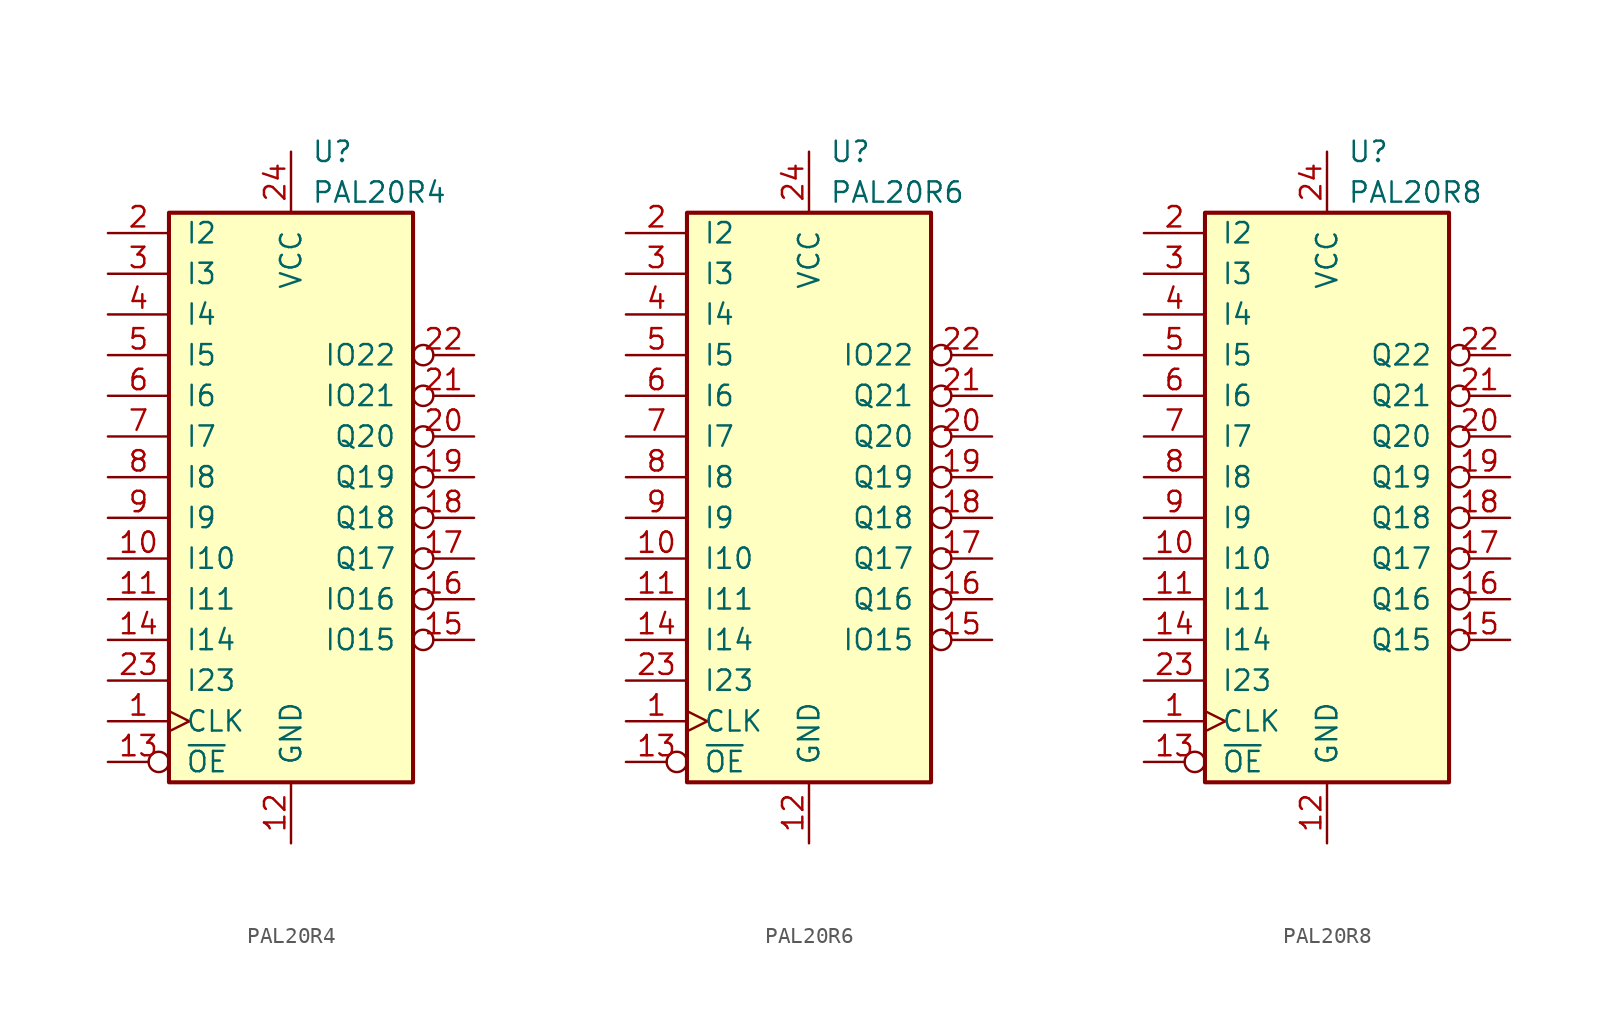
<source format=kicad_sym>
(kicad_symbol_lib
  (version 20220914)
  (generator kicad_symbol_editor)
  (symbol "PAL20R4"
    (pin_names
      (offset 1.016))
    (property "Reference" "U"
      (at 1.27 21.59 0)
      (do_not_autoplace)
      (effects (font (size 1.27 1.27)) (justify left)))
    (property "Value" "PAL20R4"
      (at 1.27 19.05 0)
      (do_not_autoplace)
      (effects (font (size 1.27 1.27)) (justify left)))
    (symbol "PAL20R4_0_0"
      (pin power_in line (at 0 -21.59 90) (length 3.81) (name "GND" (effects (font (size 1.27 1.27)))) (number "12" (effects (font (size 1.27 1.27)))))
      (pin power_in line (at 0 21.59 270) (length 3.81) (name "VCC" (effects (font (size 1.27 1.27)))) (number "24" (effects (font (size 1.27 1.27))))))
    (symbol "PAL20R4_0_1"
      (rectangle (start -7.62 17.78) (end 7.62 -17.78) (stroke (width 0.254) (type default)) (fill (type background))))
    (symbol "PAL20R4_1_1"
      (pin input clock (at -11.43 -13.97 0) (length 3.81) (name "CLK" (effects (font (size 1.27 1.27)))) (number "1" (effects (font (size 1.27 1.27)))))
      (pin input line (at -11.43 -3.81 0) (length 3.81) (name "I10" (effects (font (size 1.27 1.27)))) (number "10" (effects (font (size 1.27 1.27)))))
      (pin input line (at -11.43 -6.35 0) (length 3.81) (name "I11" (effects (font (size 1.27 1.27)))) (number "11" (effects (font (size 1.27 1.27)))))
      (pin input inverted (at -11.43 -16.51 0) (length 3.81) (name "~{OE}" (effects (font (size 1.27 1.27)))) (number "13" (effects (font (size 1.27 1.27)))))
      (pin input line (at -11.43 -8.89 0) (length 3.81) (name "I14" (effects (font (size 1.27 1.27)))) (number "14" (effects (font (size 1.27 1.27)))))
      (pin tri_state inverted (at 11.43 -8.89 180) (length 3.81) (name "IO15" (effects (font (size 1.27 1.27)))) (number "15" (effects (font (size 1.27 1.27)))))
      (pin tri_state inverted (at 11.43 -6.35 180) (length 3.81) (name "IO16" (effects (font (size 1.27 1.27)))) (number "16" (effects (font (size 1.27 1.27)))))
      (pin output inverted (at 11.43 -3.81 180) (length 3.81) (name "Q17" (effects (font (size 1.27 1.27)))) (number "17" (effects (font (size 1.27 1.27)))))
      (pin output inverted (at 11.43 -1.27 180) (length 3.81) (name "Q18" (effects (font (size 1.27 1.27)))) (number "18" (effects (font (size 1.27 1.27)))))
      (pin output inverted (at 11.43 1.27 180) (length 3.81) (name "Q19" (effects (font (size 1.27 1.27)))) (number "19" (effects (font (size 1.27 1.27)))))
      (pin input line (at -11.43 16.51 0) (length 3.81) (name "I2" (effects (font (size 1.27 1.27)))) (number "2" (effects (font (size 1.27 1.27)))))
      (pin output inverted (at 11.43 3.81 180) (length 3.81) (name "Q20" (effects (font (size 1.27 1.27)))) (number "20" (effects (font (size 1.27 1.27)))))
      (pin tri_state inverted (at 11.43 6.35 180) (length 3.81) (name "IO21" (effects (font (size 1.27 1.27)))) (number "21" (effects (font (size 1.27 1.27)))))
      (pin tri_state inverted (at 11.43 8.89 180) (length 3.81) (name "IO22" (effects (font (size 1.27 1.27)))) (number "22" (effects (font (size 1.27 1.27)))))
      (pin input line (at -11.43 -11.43 0) (length 3.81) (name "I23" (effects (font (size 1.27 1.27)))) (number "23" (effects (font (size 1.27 1.27)))))
      (pin input line (at -11.43 13.97 0) (length 3.81) (name "I3" (effects (font (size 1.27 1.27)))) (number "3" (effects (font (size 1.27 1.27)))))
      (pin input line (at -11.43 11.43 0) (length 3.81) (name "I4" (effects (font (size 1.27 1.27)))) (number "4" (effects (font (size 1.27 1.27)))))
      (pin input line (at -11.43 8.89 0) (length 3.81) (name "I5" (effects (font (size 1.27 1.27)))) (number "5" (effects (font (size 1.27 1.27)))))
      (pin input line (at -11.43 6.35 0) (length 3.81) (name "I6" (effects (font (size 1.27 1.27)))) (number "6" (effects (font (size 1.27 1.27)))))
      (pin input line (at -11.43 3.81 0) (length 3.81) (name "I7" (effects (font (size 1.27 1.27)))) (number "7" (effects (font (size 1.27 1.27)))))
      (pin input line (at -11.43 1.27 0) (length 3.81) (name "I8" (effects (font (size 1.27 1.27)))) (number "8" (effects (font (size 1.27 1.27)))))
      (pin input line (at -11.43 -1.27 0) (length 3.81) (name "I9" (effects (font (size 1.27 1.27)))) (number "9" (effects (font (size 1.27 1.27)))))))
  (symbol "PAL20R6"
    (pin_names
      (offset 1.016))
    (property "Reference" "U"
      (at 1.27 21.59 0)
      (do_not_autoplace)
      (effects (font (size 1.27 1.27)) (justify left)))
    (property "Value" "PAL20R6"
      (at 1.27 19.05 0)
      (do_not_autoplace)
      (effects (font (size 1.27 1.27)) (justify left)))
    (symbol "PAL20R6_0_0"
      (pin power_in line (at 0 -21.59 90) (length 3.81) (name "GND" (effects (font (size 1.27 1.27)))) (number "12" (effects (font (size 1.27 1.27)))))
      (pin power_in line (at 0 21.59 270) (length 3.81) (name "VCC" (effects (font (size 1.27 1.27)))) (number "24" (effects (font (size 1.27 1.27))))))
    (symbol "PAL20R6_0_1"
      (rectangle (start -7.62 17.78) (end 7.62 -17.78) (stroke (width 0.254) (type default)) (fill (type background))))
    (symbol "PAL20R6_1_1"
      (pin input clock (at -11.43 -13.97 0) (length 3.81) (name "CLK" (effects (font (size 1.27 1.27)))) (number "1" (effects (font (size 1.27 1.27)))))
      (pin input line (at -11.43 -3.81 0) (length 3.81) (name "I10" (effects (font (size 1.27 1.27)))) (number "10" (effects (font (size 1.27 1.27)))))
      (pin input line (at -11.43 -6.35 0) (length 3.81) (name "I11" (effects (font (size 1.27 1.27)))) (number "11" (effects (font (size 1.27 1.27)))))
      (pin input inverted (at -11.43 -16.51 0) (length 3.81) (name "~{OE}" (effects (font (size 1.27 1.27)))) (number "13" (effects (font (size 1.27 1.27)))))
      (pin input line (at -11.43 -8.89 0) (length 3.81) (name "I14" (effects (font (size 1.27 1.27)))) (number "14" (effects (font (size 1.27 1.27)))))
      (pin tri_state inverted (at 11.43 -8.89 180) (length 3.81) (name "IO15" (effects (font (size 1.27 1.27)))) (number "15" (effects (font (size 1.27 1.27)))))
      (pin output inverted (at 11.43 -6.35 180) (length 3.81) (name "Q16" (effects (font (size 1.27 1.27)))) (number "16" (effects (font (size 1.27 1.27)))))
      (pin output inverted (at 11.43 -3.81 180) (length 3.81) (name "Q17" (effects (font (size 1.27 1.27)))) (number "17" (effects (font (size 1.27 1.27)))))
      (pin output inverted (at 11.43 -1.27 180) (length 3.81) (name "Q18" (effects (font (size 1.27 1.27)))) (number "18" (effects (font (size 1.27 1.27)))))
      (pin output inverted (at 11.43 1.27 180) (length 3.81) (name "Q19" (effects (font (size 1.27 1.27)))) (number "19" (effects (font (size 1.27 1.27)))))
      (pin input line (at -11.43 16.51 0) (length 3.81) (name "I2" (effects (font (size 1.27 1.27)))) (number "2" (effects (font (size 1.27 1.27)))))
      (pin output inverted (at 11.43 3.81 180) (length 3.81) (name "Q20" (effects (font (size 1.27 1.27)))) (number "20" (effects (font (size 1.27 1.27)))))
      (pin output inverted (at 11.43 6.35 180) (length 3.81) (name "Q21" (effects (font (size 1.27 1.27)))) (number "21" (effects (font (size 1.27 1.27)))))
      (pin tri_state inverted (at 11.43 8.89 180) (length 3.81) (name "IO22" (effects (font (size 1.27 1.27)))) (number "22" (effects (font (size 1.27 1.27)))))
      (pin input line (at -11.43 -11.43 0) (length 3.81) (name "I23" (effects (font (size 1.27 1.27)))) (number "23" (effects (font (size 1.27 1.27)))))
      (pin input line (at -11.43 13.97 0) (length 3.81) (name "I3" (effects (font (size 1.27 1.27)))) (number "3" (effects (font (size 1.27 1.27)))))
      (pin input line (at -11.43 11.43 0) (length 3.81) (name "I4" (effects (font (size 1.27 1.27)))) (number "4" (effects (font (size 1.27 1.27)))))
      (pin input line (at -11.43 8.89 0) (length 3.81) (name "I5" (effects (font (size 1.27 1.27)))) (number "5" (effects (font (size 1.27 1.27)))))
      (pin input line (at -11.43 6.35 0) (length 3.81) (name "I6" (effects (font (size 1.27 1.27)))) (number "6" (effects (font (size 1.27 1.27)))))
      (pin input line (at -11.43 3.81 0) (length 3.81) (name "I7" (effects (font (size 1.27 1.27)))) (number "7" (effects (font (size 1.27 1.27)))))
      (pin input line (at -11.43 1.27 0) (length 3.81) (name "I8" (effects (font (size 1.27 1.27)))) (number "8" (effects (font (size 1.27 1.27)))))
      (pin input line (at -11.43 -1.27 0) (length 3.81) (name "I9" (effects (font (size 1.27 1.27)))) (number "9" (effects (font (size 1.27 1.27)))))))
  (symbol "PAL20R8"
    (pin_names
      (offset 1.016))
    (property "Reference" "U"
      (at 1.27 21.59 0)
      (do_not_autoplace)
      (effects (font (size 1.27 1.27)) (justify left)))
    (property "Value" "PAL20R8"
      (at 1.27 19.05 0)
      (do_not_autoplace)
      (effects (font (size 1.27 1.27)) (justify left)))
    (symbol "PAL20R8_0_0"
      (pin power_in line (at 0 -21.59 90) (length 3.81) (name "GND" (effects (font (size 1.27 1.27)))) (number "12" (effects (font (size 1.27 1.27)))))
      (pin power_in line (at 0 21.59 270) (length 3.81) (name "VCC" (effects (font (size 1.27 1.27)))) (number "24" (effects (font (size 1.27 1.27))))))
    (symbol "PAL20R8_0_1"
      (rectangle (start -7.62 17.78) (end 7.62 -17.78) (stroke (width 0.254) (type default)) (fill (type background))))
    (symbol "PAL20R8_1_1"
      (pin input clock (at -11.43 -13.97 0) (length 3.81) (name "CLK" (effects (font (size 1.27 1.27)))) (number "1" (effects (font (size 1.27 1.27)))))
      (pin input line (at -11.43 -3.81 0) (length 3.81) (name "I10" (effects (font (size 1.27 1.27)))) (number "10" (effects (font (size 1.27 1.27)))))
      (pin input line (at -11.43 -6.35 0) (length 3.81) (name "I11" (effects (font (size 1.27 1.27)))) (number "11" (effects (font (size 1.27 1.27)))))
      (pin input inverted (at -11.43 -16.51 0) (length 3.81) (name "~{OE}" (effects (font (size 1.27 1.27)))) (number "13" (effects (font (size 1.27 1.27)))))
      (pin input line (at -11.43 -8.89 0) (length 3.81) (name "I14" (effects (font (size 1.27 1.27)))) (number "14" (effects (font (size 1.27 1.27)))))
      (pin output inverted (at 11.43 -8.89 180) (length 3.81) (name "Q15" (effects (font (size 1.27 1.27)))) (number "15" (effects (font (size 1.27 1.27)))))
      (pin output inverted (at 11.43 -6.35 180) (length 3.81) (name "Q16" (effects (font (size 1.27 1.27)))) (number "16" (effects (font (size 1.27 1.27)))))
      (pin output inverted (at 11.43 -3.81 180) (length 3.81) (name "Q17" (effects (font (size 1.27 1.27)))) (number "17" (effects (font (size 1.27 1.27)))))
      (pin output inverted (at 11.43 -1.27 180) (length 3.81) (name "Q18" (effects (font (size 1.27 1.27)))) (number "18" (effects (font (size 1.27 1.27)))))
      (pin output inverted (at 11.43 1.27 180) (length 3.81) (name "Q19" (effects (font (size 1.27 1.27)))) (number "19" (effects (font (size 1.27 1.27)))))
      (pin input line (at -11.43 16.51 0) (length 3.81) (name "I2" (effects (font (size 1.27 1.27)))) (number "2" (effects (font (size 1.27 1.27)))))
      (pin output inverted (at 11.43 3.81 180) (length 3.81) (name "Q20" (effects (font (size 1.27 1.27)))) (number "20" (effects (font (size 1.27 1.27)))))
      (pin output inverted (at 11.43 6.35 180) (length 3.81) (name "Q21" (effects (font (size 1.27 1.27)))) (number "21" (effects (font (size 1.27 1.27)))))
      (pin output inverted (at 11.43 8.89 180) (length 3.81) (name "Q22" (effects (font (size 1.27 1.27)))) (number "22" (effects (font (size 1.27 1.27)))))
      (pin input line (at -11.43 -11.43 0) (length 3.81) (name "I23" (effects (font (size 1.27 1.27)))) (number "23" (effects (font (size 1.27 1.27)))))
      (pin input line (at -11.43 13.97 0) (length 3.81) (name "I3" (effects (font (size 1.27 1.27)))) (number "3" (effects (font (size 1.27 1.27)))))
      (pin input line (at -11.43 11.43 0) (length 3.81) (name "I4" (effects (font (size 1.27 1.27)))) (number "4" (effects (font (size 1.27 1.27)))))
      (pin input line (at -11.43 8.89 0) (length 3.81) (name "I5" (effects (font (size 1.27 1.27)))) (number "5" (effects (font (size 1.27 1.27)))))
      (pin input line (at -11.43 6.35 0) (length 3.81) (name "I6" (effects (font (size 1.27 1.27)))) (number "6" (effects (font (size 1.27 1.27)))))
      (pin input line (at -11.43 3.81 0) (length 3.81) (name "I7" (effects (font (size 1.27 1.27)))) (number "7" (effects (font (size 1.27 1.27)))))
      (pin input line (at -11.43 1.27 0) (length 3.81) (name "I8" (effects (font (size 1.27 1.27)))) (number "8" (effects (font (size 1.27 1.27)))))
      (pin input line (at -11.43 -1.27 0) (length 3.81) (name "I9" (effects (font (size 1.27 1.27)))) (number "9" (effects (font (size 1.27 1.27))))))))
</source>
